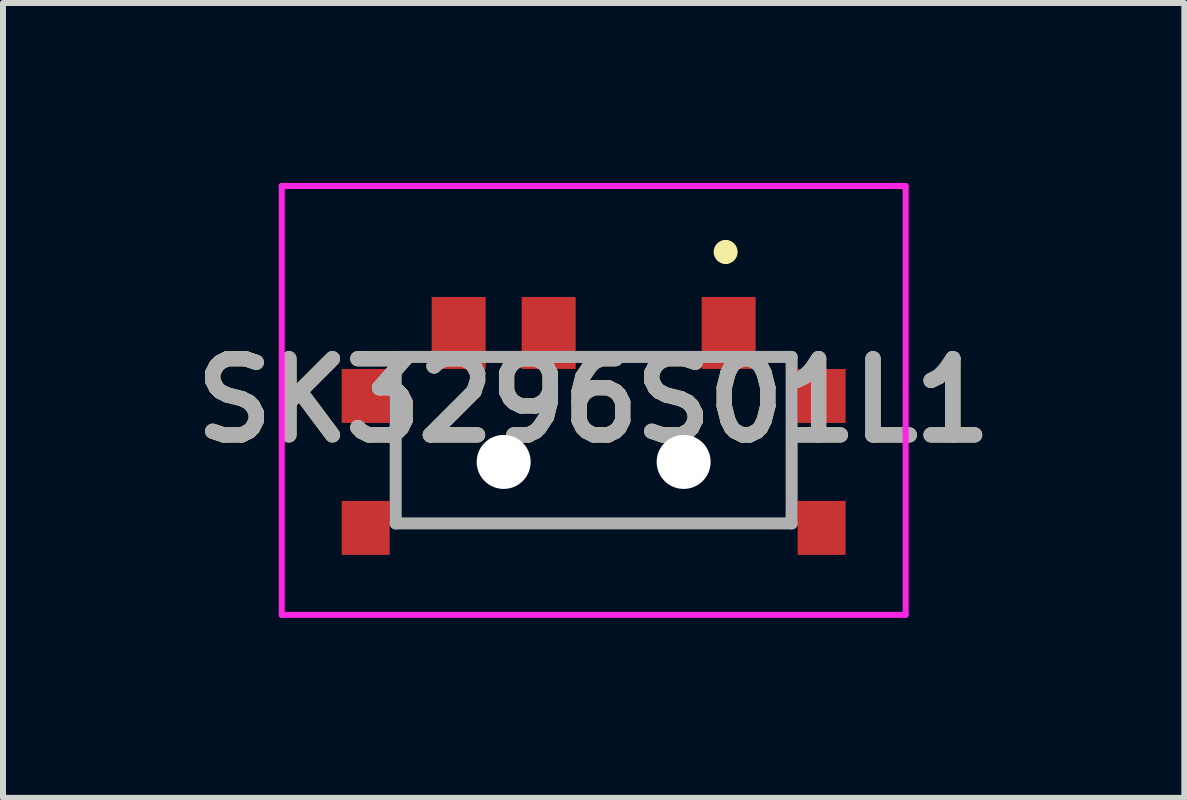
<source format=kicad_pcb>
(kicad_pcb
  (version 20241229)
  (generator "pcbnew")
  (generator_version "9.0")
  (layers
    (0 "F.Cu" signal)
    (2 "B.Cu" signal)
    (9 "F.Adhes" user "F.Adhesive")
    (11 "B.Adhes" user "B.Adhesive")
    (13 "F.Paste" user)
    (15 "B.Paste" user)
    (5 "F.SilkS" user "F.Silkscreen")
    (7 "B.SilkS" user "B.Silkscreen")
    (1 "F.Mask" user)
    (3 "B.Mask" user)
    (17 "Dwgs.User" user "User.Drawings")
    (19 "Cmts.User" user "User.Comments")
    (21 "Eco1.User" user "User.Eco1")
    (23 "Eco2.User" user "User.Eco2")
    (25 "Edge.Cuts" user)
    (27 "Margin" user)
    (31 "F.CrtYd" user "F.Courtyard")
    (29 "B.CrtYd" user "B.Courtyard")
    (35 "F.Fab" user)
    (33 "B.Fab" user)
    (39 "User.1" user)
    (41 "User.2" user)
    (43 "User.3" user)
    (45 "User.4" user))
  (footprint "SK3296S01L1"
    (layer "F.Cu")
    (at 6.846 3.4)
    (property "Reference" "SK3296S01L1" (at 0 0.225 0) (layer "F.SilkS") (effects (font (size 1.27 1.27) (thickness 0.254))))
    (attr through_hole)
    (fp_line (start -2.75 2.275) (end 2.75 2.275) (stroke (width 0.1) (type solid)) (layer "F.SilkS"))
    (fp_line (start 2.2 -2.35) (end 2.2 -2.35) (stroke (width 0.2) (type solid)) (layer "F.SilkS"))
    (fp_line (start 2.2 -2.15) (end 2.2 -2.15) (stroke (width 0.2) (type solid)) (layer "F.SilkS"))
    (fp_arc (start 2.2 -2.35) (mid 2.3 -2.25) (end 2.2 -2.15) (stroke (width 0.2) (type solid)) (layer "F.SilkS"))
    (fp_arc (start 2.2 -2.15) (mid 2.1 -2.25) (end 2.2 -2.35) (stroke (width 0.2) (type solid)) (layer "F.SilkS"))
    (fp_line (start -5.2 -3.35) (end -5.2 3.8) (stroke (width 0.1) (type solid)) (layer "F.CrtYd"))
    (fp_line (start -5.2 3.8) (end 5.2 3.8) (stroke (width 0.1) (type solid)) (layer "F.CrtYd"))
    (fp_line (start 5.2 -3.35) (end -5.2 -3.35) (stroke (width 0.1) (type solid)) (layer "F.CrtYd"))
    (fp_line (start 5.2 3.8) (end 5.2 -3.35) (stroke (width 0.1) (type solid)) (layer "F.CrtYd"))
    (fp_line (start -3.3 -0.5) (end 3.3 -0.5) (stroke (width 0.2) (type solid)) (layer "F.Fab"))
    (fp_line (start -3.3 2.275) (end -3.3 -0.5) (stroke (width 0.2) (type solid)) (layer "F.Fab"))
    (fp_line (start 3.3 -0.5) (end 3.3 2.275) (stroke (width 0.2) (type solid)) (layer "F.Fab"))
    (fp_line (start 3.3 2.275) (end -3.3 2.275) (stroke (width 0.2) (type solid)) (layer "F.Fab"))
    (fp_text user "${REFERENCE}" (at 0 0.225 0) (layer "F.Fab") (effects (font (size 1.27 1.27) (thickness 0.254))))
    (pad "" np_thru_hole circle (at -1.5 1.25) (size 0.9 0.9) (drill 0.9) (layers "*.Cu" "*.Mask"))
    (pad "" np_thru_hole circle (at 1.5 1.25) (size 0.9 0.9) (drill 0.9) (layers "*.Cu" "*.Mask"))
    (pad "1" smd rect (at 2.25 -0.9) (size 0.9 1.2) (layers "F.Cu" "F.Mask" "F.Paste"))
    (pad "2" smd rect (at -0.75 -0.9) (size 0.9 1.2) (layers "F.Cu" "F.Mask" "F.Paste"))
    (pad "3" smd rect (at -2.25 -0.9) (size 0.9 1.2) (layers "F.Cu" "F.Mask" "F.Paste"))
    (pad "MP1" smd rect (at -3.8 0.15) (size 0.8 0.9) (layers "F.Cu" "F.Mask" "F.Paste"))
    (pad "MP2" smd rect (at 3.8 0.15) (size 0.8 0.9) (layers "F.Cu" "F.Mask" "F.Paste"))
    (pad "MP3" smd rect (at 3.8 2.35) (size 0.8 0.9) (layers "F.Cu" "F.Mask" "F.Paste"))
    (pad "MP4" smd rect (at -3.8 2.35) (size 0.8 0.9) (layers "F.Cu" "F.Mask" "F.Paste")))
  (gr_rect
    (start -3 -3)
    (end 16.692 10.25)
    (stroke (width 0.1) (type default))
    (fill no)
    (layer "Edge.Cuts")))
</source>
